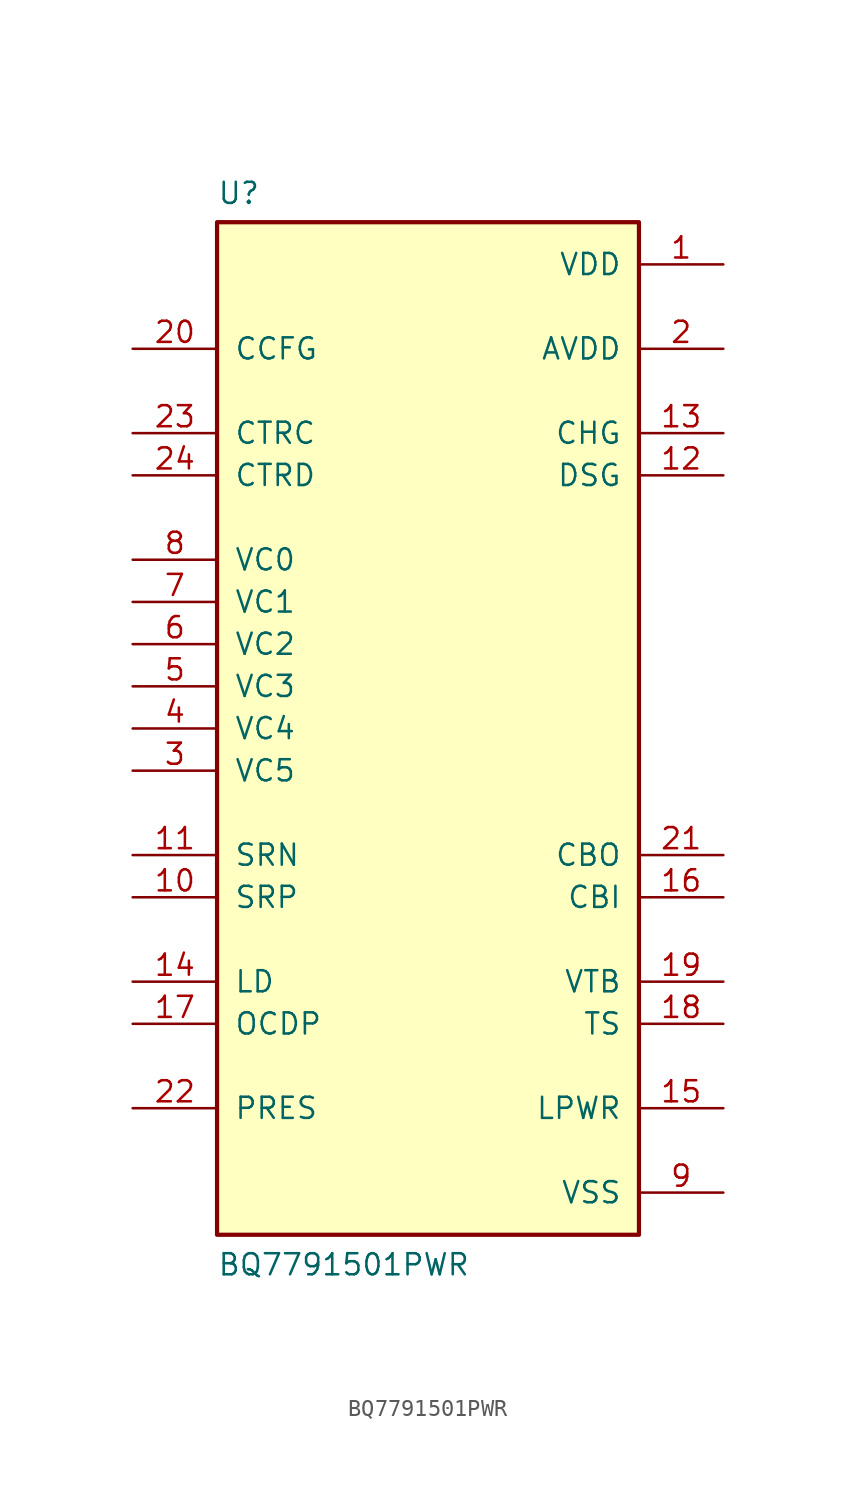
<source format=kicad_sym>
(kicad_symbol_lib
  (version 20231120)
  (generator "kicad_symbol_editor")
  (generator_version "8.99")
  (symbol "BQ7791501PWR"
    (pin_names
      (offset 1.016))
    (property "Reference" "U"
      (at -12.7 31.48 0)
      (effects (font (size 1.27 1.27)) (justify left bottom)))
    (property "Value" "BQ7791501PWR"
      (at -12.7 -33.02 0)
      (effects (font (size 1.27 1.27)) (justify left bottom)))
    (symbol "BQ7791501PWR_0_0"
      (rectangle (start -12.7 -30.48) (end 12.7 30.48) (stroke (width 0.254) (type default)) (fill (type background)))
      (pin power_in line (at 17.78 27.94 180) (length 5.08) (name "VDD" (effects (font (size 1.27 1.27)))) (number "1" (effects (font (size 1.27 1.27)))))
      (pin input line (at -17.78 -10.16 0) (length 5.08) (name "SRP" (effects (font (size 1.27 1.27)))) (number "10" (effects (font (size 1.27 1.27)))))
      (pin input line (at -17.78 -7.62 0) (length 5.08) (name "SRN" (effects (font (size 1.27 1.27)))) (number "11" (effects (font (size 1.27 1.27)))))
      (pin output line (at 17.78 15.24 180) (length 5.08) (name "DSG" (effects (font (size 1.27 1.27)))) (number "12" (effects (font (size 1.27 1.27)))))
      (pin output line (at 17.78 17.78 180) (length 5.08) (name "CHG" (effects (font (size 1.27 1.27)))) (number "13" (effects (font (size 1.27 1.27)))))
      (pin input line (at -17.78 -15.24 0) (length 5.08) (name "LD" (effects (font (size 1.27 1.27)))) (number "14" (effects (font (size 1.27 1.27)))))
      (pin output line (at 17.78 -22.86 180) (length 5.08) (name "LPWR" (effects (font (size 1.27 1.27)))) (number "15" (effects (font (size 1.27 1.27)))))
      (pin input line (at 17.78 -10.16 180) (length 5.08) (name "CBI" (effects (font (size 1.27 1.27)))) (number "16" (effects (font (size 1.27 1.27)))))
      (pin input line (at -17.78 -17.78 0) (length 5.08) (name "OCDP" (effects (font (size 1.27 1.27)))) (number "17" (effects (font (size 1.27 1.27)))))
      (pin input line (at 17.78 -17.78 180) (length 5.08) (name "TS" (effects (font (size 1.27 1.27)))) (number "18" (effects (font (size 1.27 1.27)))))
      (pin output line (at 17.78 -15.24 180) (length 5.08) (name "VTB" (effects (font (size 1.27 1.27)))) (number "19" (effects (font (size 1.27 1.27)))))
      (pin output line (at 17.78 22.86 180) (length 5.08) (name "AVDD" (effects (font (size 1.27 1.27)))) (number "2" (effects (font (size 1.27 1.27)))))
      (pin input line (at -17.78 22.86 0) (length 5.08) (name "CCFG" (effects (font (size 1.27 1.27)))) (number "20" (effects (font (size 1.27 1.27)))))
      (pin output line (at 17.78 -7.62 180) (length 5.08) (name "CBO" (effects (font (size 1.27 1.27)))) (number "21" (effects (font (size 1.27 1.27)))))
      (pin input line (at -17.78 -22.86 0) (length 5.08) (name "PRES" (effects (font (size 1.27 1.27)))) (number "22" (effects (font (size 1.27 1.27)))))
      (pin input line (at -17.78 17.78 0) (length 5.08) (name "CTRC" (effects (font (size 1.27 1.27)))) (number "23" (effects (font (size 1.27 1.27)))))
      (pin input line (at -17.78 15.24 0) (length 5.08) (name "CTRD" (effects (font (size 1.27 1.27)))) (number "24" (effects (font (size 1.27 1.27)))))
      (pin input line (at -17.78 -2.54 0) (length 5.08) (name "VC5" (effects (font (size 1.27 1.27)))) (number "3" (effects (font (size 1.27 1.27)))))
      (pin input line (at -17.78 0 0) (length 5.08) (name "VC4" (effects (font (size 1.27 1.27)))) (number "4" (effects (font (size 1.27 1.27)))))
      (pin input line (at -17.78 2.54 0) (length 5.08) (name "VC3" (effects (font (size 1.27 1.27)))) (number "5" (effects (font (size 1.27 1.27)))))
      (pin input line (at -17.78 5.08 0) (length 5.08) (name "VC2" (effects (font (size 1.27 1.27)))) (number "6" (effects (font (size 1.27 1.27)))))
      (pin input line (at -17.78 7.62 0) (length 5.08) (name "VC1" (effects (font (size 1.27 1.27)))) (number "7" (effects (font (size 1.27 1.27)))))
      (pin input line (at -17.78 10.16 0) (length 5.08) (name "VC0" (effects (font (size 1.27 1.27)))) (number "8" (effects (font (size 1.27 1.27)))))
      (pin power_in line (at 17.78 -27.94 180) (length 5.08) (name "VSS" (effects (font (size 1.27 1.27)))) (number "9" (effects (font (size 1.27 1.27))))))))
</source>
